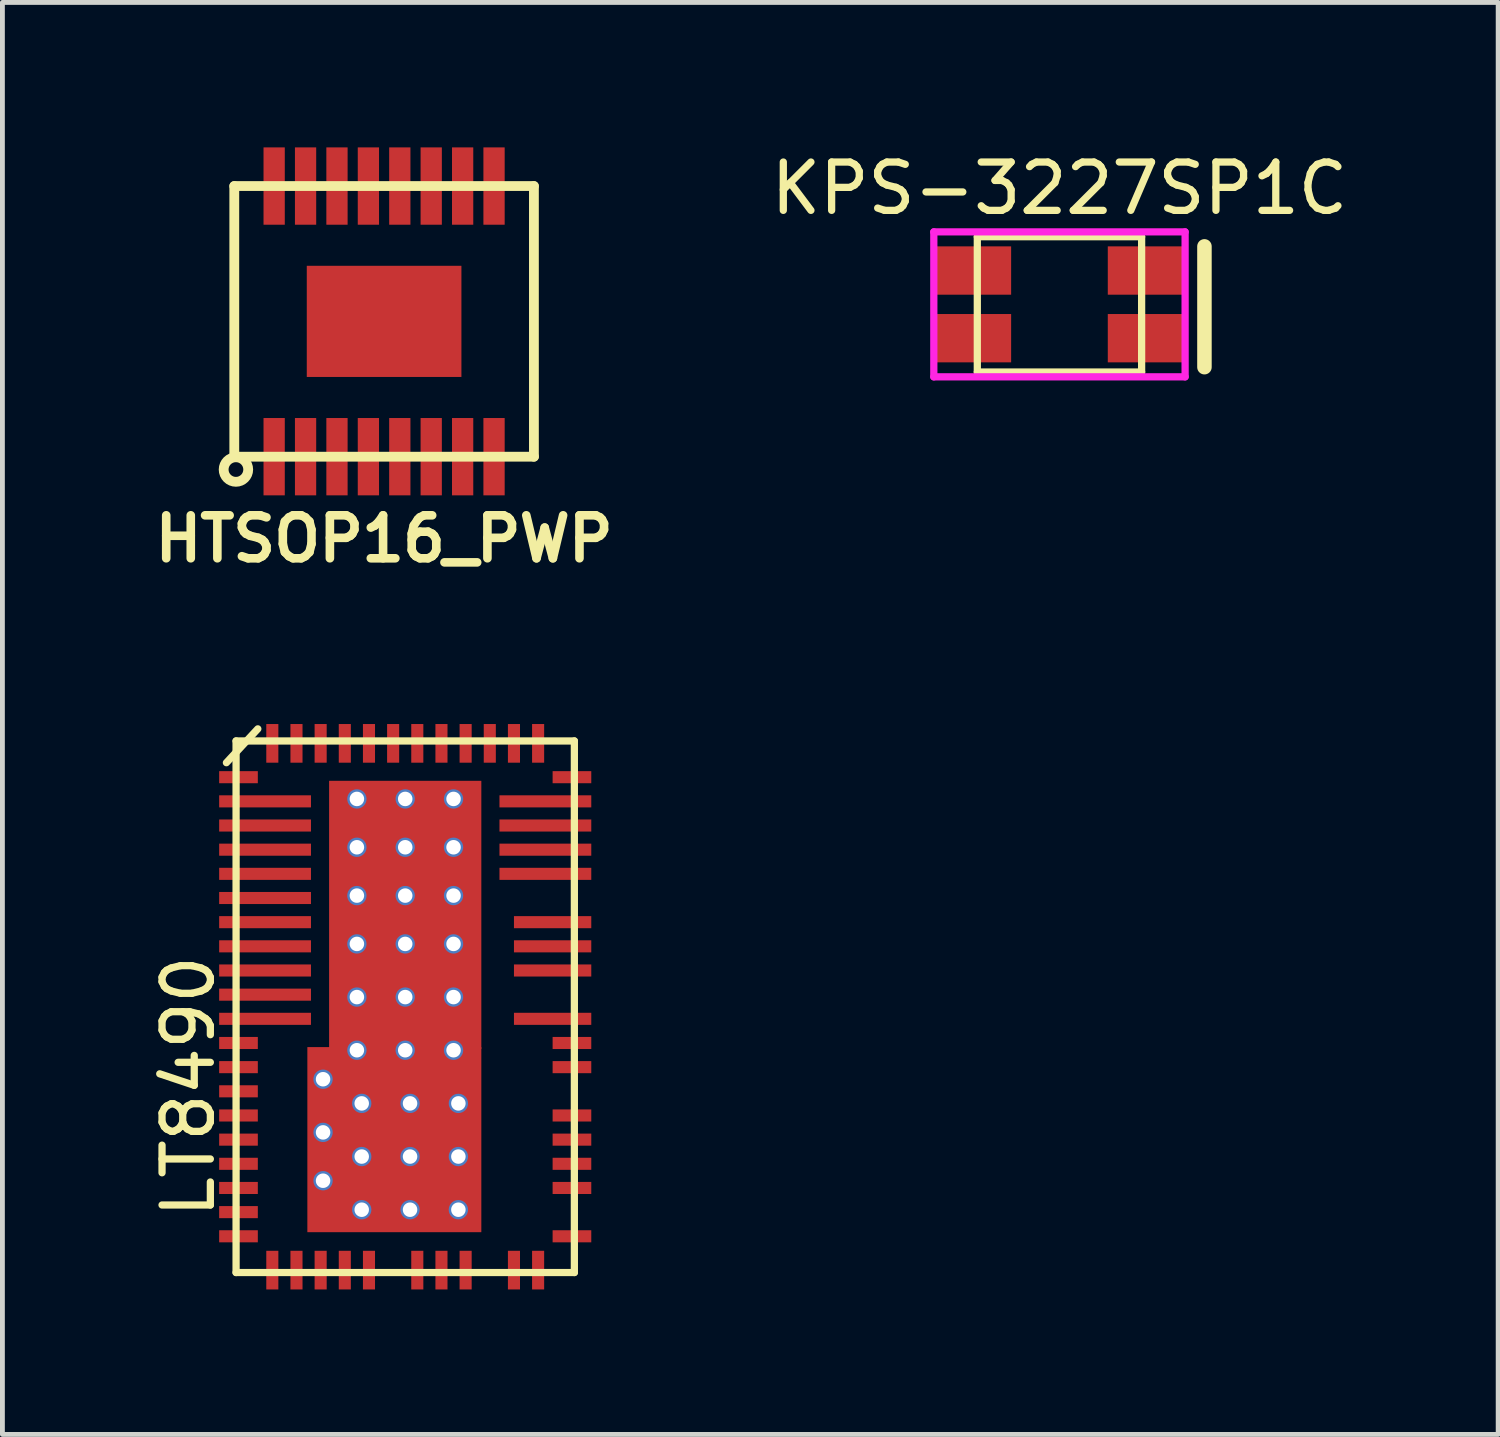
<source format=kicad_pcb>
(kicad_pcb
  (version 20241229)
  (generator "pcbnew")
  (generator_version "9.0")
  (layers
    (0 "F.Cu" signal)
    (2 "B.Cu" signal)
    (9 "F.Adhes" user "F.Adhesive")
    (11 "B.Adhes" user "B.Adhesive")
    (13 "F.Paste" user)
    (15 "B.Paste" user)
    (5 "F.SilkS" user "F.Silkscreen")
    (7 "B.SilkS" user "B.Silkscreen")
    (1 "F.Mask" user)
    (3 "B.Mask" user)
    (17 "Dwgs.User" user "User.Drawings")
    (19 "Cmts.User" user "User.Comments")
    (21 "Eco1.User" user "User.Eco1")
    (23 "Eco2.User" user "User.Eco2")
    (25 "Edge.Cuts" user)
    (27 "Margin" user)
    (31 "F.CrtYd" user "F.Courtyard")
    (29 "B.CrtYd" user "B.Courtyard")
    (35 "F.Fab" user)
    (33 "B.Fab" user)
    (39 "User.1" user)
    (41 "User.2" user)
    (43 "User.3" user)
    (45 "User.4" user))
  (footprint "HTSOP16_PWP"
    (layer "F.Cu")
    (at 4.898 3.6)
    (property "Reference" "HTSOP16_PWP" (at 0 4.5 0) (layer "F.SilkS") (effects (font (size 0.889 0.889) (thickness 0.178))))
    (attr smd)
    (fp_line (start -3.1 -2.8) (end 3.1 -2.8) (stroke (width 0.203) (type solid)) (layer "F.SilkS"))
    (fp_line (start -3.1 2.8) (end -3.1 -2.8) (stroke (width 0.203) (type solid)) (layer "F.SilkS"))
    (fp_line (start -3.1 2.8) (end 3.1 2.8) (stroke (width 0.203) (type solid)) (layer "F.SilkS"))
    (fp_line (start 3.1 -2.8) (end 3.1 2.8) (stroke (width 0.203) (type solid)) (layer "F.SilkS"))
    (fp_circle (center -3.066 3.066) (end -3.066 2.812) (stroke (width 0.203) (type solid)) (fill no) (layer "F.SilkS"))
    (pad "" smd circle (at -1.05 -0.6) (size 1 1) (layers "F.Paste"))
    (pad "" smd circle (at -1.05 0.6) (size 1 1) (layers "F.Paste"))
    (pad "" smd circle (at 0 0) (size 1 1) (layers "F.Paste"))
    (pad "" smd circle (at 1.05 -0.6) (size 1 1) (layers "F.Paste"))
    (pad "" smd circle (at 1.05 0.6) (size 1 1) (layers "F.Paste"))
    (pad "1" smd rect (at -2.275 2.8) (size 0.44 1.6) (layers "F.Cu" "F.Mask" "F.Paste"))
    (pad "2" smd rect (at -1.625 2.8) (size 0.44 1.6) (layers "F.Cu" "F.Mask" "F.Paste"))
    (pad "3" smd rect (at -0.975 2.8) (size 0.44 1.6) (layers "F.Cu" "F.Mask" "F.Paste"))
    (pad "4" smd rect (at -0.325 2.8) (size 0.44 1.6) (layers "F.Cu" "F.Mask" "F.Paste"))
    (pad "5" smd rect (at 0.325 2.8) (size 0.44 1.6) (layers "F.Cu" "F.Mask" "F.Paste"))
    (pad "6" smd rect (at 0.975 2.8) (size 0.44 1.6) (layers "F.Cu" "F.Mask" "F.Paste"))
    (pad "7" smd rect (at 1.625 2.8) (size 0.44 1.6) (layers "F.Cu" "F.Mask" "F.Paste"))
    (pad "8" smd rect (at 2.275 2.8) (size 0.44 1.6) (layers "F.Cu" "F.Mask" "F.Paste"))
    (pad "9" smd rect (at 2.275 -2.8) (size 0.44 1.6) (layers "F.Cu" "F.Mask" "F.Paste"))
    (pad "10" smd rect (at 1.625 -2.8) (size 0.44 1.6) (layers "F.Cu" "F.Mask" "F.Paste"))
    (pad "11" smd rect (at 0.975 -2.8) (size 0.44 1.6) (layers "F.Cu" "F.Mask" "F.Paste"))
    (pad "12" smd rect (at 0.325 -2.8) (size 0.44 1.6) (layers "F.Cu" "F.Mask" "F.Paste"))
    (pad "13" smd rect (at -0.325 -2.8) (size 0.44 1.6) (layers "F.Cu" "F.Mask" "F.Paste"))
    (pad "14" smd rect (at -0.975 -2.8) (size 0.44 1.6) (layers "F.Cu" "F.Mask" "F.Paste"))
    (pad "15" smd rect (at -1.625 -2.8) (size 0.44 1.6) (layers "F.Cu" "F.Mask" "F.Paste"))
    (pad "16" smd rect (at -2.275 -2.8) (size 0.44 1.6) (layers "F.Cu" "F.Mask" "F.Paste"))
    (pad "17" smd rect (at 0 0) (size 3.2 2.3) (layers "F.Cu" "F.Mask")))
  (footprint "KPS-3227SP1C"
    (layer "F.Cu")
    (at 18.873 3.248)
    (property "Reference" "KPS-3227SP1C" (at 0 -2.4 0) (layer "F.SilkS") (effects (font (size 1 1) (thickness 0.15))))
    (attr through_hole)
    (fp_line (start -1.7 -1.4) (end 1.7 -1.4) (stroke (width 0.15) (type solid)) (layer "F.SilkS"))
    (fp_line (start -1.7 1.4) (end -1.7 -1.4) (stroke (width 0.15) (type solid)) (layer "F.SilkS"))
    (fp_line (start 1.7 -1.4) (end 1.7 1.4) (stroke (width 0.15) (type solid)) (layer "F.SilkS"))
    (fp_line (start 1.7 1.4) (end -1.7 1.4) (stroke (width 0.15) (type solid)) (layer "F.SilkS"))
    (fp_line (start 3 -1.2) (end 3 1.3) (stroke (width 0.3) (type solid)) (layer "F.SilkS"))
    (fp_line (start -2.6 -1.5) (end -2.6 1.5) (stroke (width 0.15) (type solid)) (layer "F.CrtYd"))
    (fp_line (start -2.6 1.5) (end 2.6 1.5) (stroke (width 0.15) (type solid)) (layer "F.CrtYd"))
    (fp_line (start 2.6 -1.5) (end -2.6 -1.5) (stroke (width 0.15) (type solid)) (layer "F.CrtYd"))
    (fp_line (start 2.6 1.5) (end 2.6 -1.5) (stroke (width 0.15) (type solid)) (layer "F.CrtYd"))
    (pad "C" smd rect (at 1.8 -0.7) (size 1.6 1) (layers "F.Cu" "F.Mask" "F.Paste"))
    (pad "E" smd rect (at -1.8 -0.7) (size 1.6 1) (layers "F.Cu" "F.Mask" "F.Paste"))
    (pad "E" smd rect (at -1.8 0.7) (size 1.6 1) (layers "F.Cu" "F.Mask" "F.Paste"))
    (pad "c" smd rect (at 1.8 0.7) (size 1.6 1) (layers "F.Cu" "F.Mask" "F.Paste")))
  (footprint "LT8490"
    (layer "F.Cu")
    (at 5.335 17.782)
    (property "Reference" "LT8490" (at -4.487 1.65 90) (layer "F.SilkS") (effects (font (size 1 1) (thickness 0.15))))
    (attr smd)
    (fp_line (start -3.7 -5.05) (end -3.05 -5.75) (stroke (width 0.15) (type solid)) (layer "F.SilkS"))
    (fp_line (start -3.5 -5.5) (end 3.5 -5.5) (stroke (width 0.15) (type solid)) (layer "F.SilkS"))
    (fp_line (start -3.5 5.5) (end -3.5 -5.5) (stroke (width 0.15) (type solid)) (layer "F.SilkS"))
    (fp_line (start 3.5 -5.5) (end 3.5 5.5) (stroke (width 0.15) (type solid)) (layer "F.SilkS"))
    (fp_line (start 3.5 5.5) (end -3.5 5.5) (stroke (width 0.15) (type solid)) (layer "F.SilkS"))
    (pad "" smd circle (at -1.55 4.25) (size 0.635 0.635) (layers "F.Paste"))
    (pad "" smd oval (at -0.85 3.65) (size 1.143 0.635) (layers "F.Paste"))
    (pad "" smd oval (at -0.8 1.45) (size 1.143 0.635) (layers "F.Paste"))
    (pad "" smd oval (at -0.8 2.55) (size 1.143 0.635) (layers "F.Paste"))
    (pad "" smd oval (at -0.56 -3.8) (size 0.9 0.762) (layers "F.Paste"))
    (pad "" smd oval (at -0.56 -2.8) (size 0.9 0.762) (layers "F.Paste"))
    (pad "" smd oval (at -0.56 -1.8) (size 0.9 0.762) (layers "F.Paste"))
    (pad "" smd oval (at -0.56 -0.74) (size 0.9 0.762) (layers "F.Paste"))
    (pad "" smd oval (at -0.56 0.34) (size 0.9 0.762) (layers "F.Paste"))
    (pad "" smd oval (at 0.56 -3.8) (size 0.9 0.762) (layers "F.Paste"))
    (pad "" smd oval (at 0.56 -2.8) (size 0.9 0.762) (layers "F.Paste"))
    (pad "" smd oval (at 0.56 -1.8) (size 0.9 0.762) (layers "F.Paste"))
    (pad "" smd oval (at 0.56 -0.74) (size 0.9 0.762) (layers "F.Paste"))
    (pad "" smd oval (at 0.56 0.34) (size 0.9 0.762) (layers "F.Paste"))
    (pad "" smd oval (at 0.6 3.65) (size 1.143 0.635) (layers "F.Paste"))
    (pad "" smd oval (at 0.65 1.45) (size 1.143 0.635) (layers "F.Paste"))
    (pad "" smd oval (at 0.65 2.55) (size 1.143 0.635) (layers "F.Paste"))
    (pad "1" smd rect (at -3.45 -4.75) (size 0.8 0.25) (layers "F.Cu" "F.Mask" "F.Paste"))
    (pad "2" smd rect (at -2.9 -4.25) (size 1.9 0.25) (layers "F.Cu" "F.Mask" "F.Paste"))
    (pad "3" smd rect (at -2.9 -3.75) (size 1.9 0.25) (layers "F.Cu" "F.Mask" "F.Paste"))
    (pad "4" smd rect (at -2.9 -3.25) (size 1.9 0.25) (layers "F.Cu" "F.Mask" "F.Paste"))
    (pad "5" smd rect (at -2.9 -2.75) (size 1.9 0.25) (layers "F.Cu" "F.Mask" "F.Paste"))
    (pad "6" smd rect (at -2.9 -2.25) (size 1.9 0.25) (layers "F.Cu" "F.Mask" "F.Paste"))
    (pad "7" smd rect (at -2.9 -1.75) (size 1.9 0.25) (layers "F.Cu" "F.Mask" "F.Paste"))
    (pad "8" smd rect (at -2.9 -1.25) (size 1.9 0.25) (layers "F.Cu" "F.Mask" "F.Paste"))
    (pad "9" smd rect (at -2.9 -0.75) (size 1.9 0.25) (layers "F.Cu" "F.Mask" "F.Paste"))
    (pad "10" smd rect (at -2.9 -0.25) (size 1.9 0.25) (layers "F.Cu" "F.Mask" "F.Paste"))
    (pad "11" smd rect (at -2.9 0.25) (size 1.9 0.25) (layers "F.Cu" "F.Mask" "F.Paste"))
    (pad "12" smd rect (at -3.45 0.75) (size 0.8 0.25) (layers "F.Cu" "F.Mask" "F.Paste"))
    (pad "13" smd rect (at -3.45 1.25) (size 0.8 0.25) (layers "F.Cu" "F.Mask" "F.Paste"))
    (pad "14" smd rect (at -3.45 1.75) (size 0.8 0.25) (layers "F.Cu" "F.Mask" "F.Paste"))
    (pad "15" smd rect (at -3.45 2.25) (size 0.8 0.25) (layers "F.Cu" "F.Mask" "F.Paste"))
    (pad "16" smd rect (at -3.45 2.75) (size 0.8 0.25) (layers "F.Cu" "F.Mask" "F.Paste"))
    (pad "17" smd rect (at -3.45 3.25) (size 0.8 0.25) (layers "F.Cu" "F.Mask" "F.Paste"))
    (pad "18" smd rect (at -3.45 3.75) (size 0.8 0.25) (layers "F.Cu" "F.Mask" "F.Paste"))
    (pad "19" smd rect (at -3.45 4.25) (size 0.8 0.25) (layers "F.Cu" "F.Mask" "F.Paste"))
    (pad "20" smd rect (at -3.45 4.75) (size 0.8 0.25) (layers "F.Cu" "F.Mask" "F.Paste"))
    (pad "21" smd rect (at -2.75 5.45 90) (size 0.8 0.25) (layers "F.Cu" "F.Mask" "F.Paste"))
    (pad "22" smd rect (at -2.25 5.45 90) (size 0.8 0.25) (layers "F.Cu" "F.Mask" "F.Paste"))
    (pad "23" smd rect (at -1.75 5.45 90) (size 0.8 0.25) (layers "F.Cu" "F.Mask" "F.Paste"))
    (pad "24" smd rect (at -1.25 5.45 90) (size 0.8 0.25) (layers "F.Cu" "F.Mask" "F.Paste"))
    (pad "25" smd rect (at -0.75 5.45 90) (size 0.8 0.25) (layers "F.Cu" "F.Mask" "F.Paste"))
    (pad "27" smd rect (at 0.25 5.45 90) (size 0.8 0.25) (layers "F.Cu" "F.Mask" "F.Paste"))
    (pad "28" smd rect (at 0.75 5.45 90) (size 0.8 0.25) (layers "F.Cu" "F.Mask" "F.Paste"))
    (pad "29" smd rect (at 1.25 5.45 90) (size 0.8 0.25) (layers "F.Cu" "F.Mask" "F.Paste"))
    (pad "31" smd rect (at 2.25 5.45 90) (size 0.8 0.25) (layers "F.Cu" "F.Mask" "F.Paste"))
    (pad "32" smd rect (at 2.75 5.45 90) (size 0.8 0.25) (layers "F.Cu" "F.Mask" "F.Paste"))
    (pad "33" smd rect (at 3.45 4.75) (size 0.8 0.25) (layers "F.Cu" "F.Mask" "F.Paste"))
    (pad "35" smd rect (at 3.45 3.75) (size 0.8 0.25) (layers "F.Cu" "F.Mask" "F.Paste"))
    (pad "36" smd rect (at 3.45 3.25) (size 0.8 0.25) (layers "F.Cu" "F.Mask" "F.Paste"))
    (pad "37" smd rect (at 3.45 2.75) (size 0.8 0.25) (layers "F.Cu" "F.Mask" "F.Paste"))
    (pad "38" smd rect (at 3.45 2.25) (size 0.8 0.25) (layers "F.Cu" "F.Mask" "F.Paste"))
    (pad "40" smd rect (at 3.45 1.25) (size 0.8 0.25) (layers "F.Cu" "F.Mask" "F.Paste"))
    (pad "41" smd rect (at 3.45 0.75) (size 0.8 0.25) (layers "F.Cu" "F.Mask" "F.Paste"))
    (pad "42" smd rect (at 3.05 0.25) (size 1.6 0.25) (layers "F.Cu" "F.Mask" "F.Paste"))
    (pad "44" smd rect (at 3.05 -0.75) (size 1.6 0.25) (layers "F.Cu" "F.Mask" "F.Paste"))
    (pad "45" smd rect (at 3.05 -1.25) (size 1.6 0.25) (layers "F.Cu" "F.Mask" "F.Paste"))
    (pad "46" smd rect (at 3.05 -1.75) (size 1.6 0.25) (layers "F.Cu" "F.Mask" "F.Paste"))
    (pad "48" smd rect (at 2.9 -2.75) (size 1.9 0.25) (layers "F.Cu" "F.Mask" "F.Paste"))
    (pad "49" smd rect (at 2.9 -3.25) (size 1.9 0.25) (layers "F.Cu" "F.Mask" "F.Paste"))
    (pad "50" smd rect (at 2.9 -3.75) (size 1.9 0.25) (layers "F.Cu" "F.Mask" "F.Paste"))
    (pad "51" smd rect (at 2.9 -4.25) (size 1.9 0.25) (layers "F.Cu" "F.Mask" "F.Paste"))
    (pad "52" smd rect (at 3.45 -4.75) (size 0.8 0.25) (layers "F.Cu" "F.Mask" "F.Paste"))
    (pad "53" smd rect (at 2.75 -5.45 90) (size 0.8 0.25) (layers "F.Cu" "F.Mask" "F.Paste"))
    (pad "54" smd rect (at 2.25 -5.45 90) (size 0.8 0.25) (layers "F.Cu" "F.Mask" "F.Paste"))
    (pad "55" smd rect (at 1.75 -5.45 90) (size 0.8 0.25) (layers "F.Cu" "F.Mask" "F.Paste"))
    (pad "56" smd rect (at 1.25 -5.45 90) (size 0.8 0.25) (layers "F.Cu" "F.Mask" "F.Paste"))
    (pad "57" smd rect (at 0.75 -5.45 90) (size 0.8 0.25) (layers "F.Cu" "F.Mask" "F.Paste"))
    (pad "58" smd rect (at 0.25 -5.45 90) (size 0.8 0.25) (layers "F.Cu" "F.Mask" "F.Paste"))
    (pad "59" smd rect (at -0.25 -5.45 90) (size 0.8 0.25) (layers "F.Cu" "F.Mask" "F.Paste"))
    (pad "60" smd rect (at -0.75 -5.45 90) (size 0.8 0.25) (layers "F.Cu" "F.Mask" "F.Paste"))
    (pad "61" smd rect (at -1.25 -5.45 90) (size 0.8 0.25) (layers "F.Cu" "F.Mask" "F.Paste"))
    (pad "62" smd rect (at -1.75 -5.45 90) (size 0.8 0.25) (layers "F.Cu" "F.Mask" "F.Paste"))
    (pad "63" smd rect (at -2.25 -5.45 90) (size 0.8 0.25) (layers "F.Cu" "F.Mask" "F.Paste"))
    (pad "64" smd rect (at -2.75 -5.45 90) (size 0.8 0.25) (layers "F.Cu" "F.Mask" "F.Paste"))
    (pad "65" thru_hole circle (at -1.7 1.5) (size 0.4 0.4) (drill 0.3) (layers "*.Cu"))
    (pad "65" thru_hole circle (at -1.7 2.6) (size 0.4 0.4) (drill 0.3) (layers "*.Cu"))
    (pad "65" thru_hole circle (at -1.7 3.6) (size 0.4 0.4) (drill 0.3) (layers "*.Cu"))
    (pad "65" thru_hole circle (at -1 -4.3) (size 0.4 0.4) (drill 0.3) (layers "*.Cu"))
    (pad "65" thru_hole circle (at -1 -3.3) (size 0.4 0.4) (drill 0.3) (layers "*.Cu"))
    (pad "65" thru_hole circle (at -1 -2.3) (size 0.4 0.4) (drill 0.3) (layers "*.Cu"))
    (pad "65" thru_hole circle (at -1 -1.3) (size 0.4 0.4) (drill 0.3) (layers "*.Cu"))
    (pad "65" thru_hole circle (at -1 -0.2) (size 0.4 0.4) (drill 0.3) (layers "*.Cu"))
    (pad "65" thru_hole circle (at -1 0.9) (size 0.4 0.4) (drill 0.3) (layers "*.Cu"))
    (pad "65" thru_hole circle (at -0.9 2) (size 0.4 0.4) (drill 0.3) (layers "*.Cu"))
    (pad "65" thru_hole circle (at -0.9 3.1) (size 0.4 0.4) (drill 0.3) (layers "*.Cu"))
    (pad "65" thru_hole circle (at -0.9 4.2) (size 0.4 0.4) (drill 0.3) (layers "*.Cu"))
    (pad "65" smd rect (at -0.225 2.75) (size 3.6 3.83) (layers "F.Cu" "F.Mask"))
    (pad "65" thru_hole circle (at 0 -4.3) (size 0.4 0.4) (drill 0.3) (layers "*.Cu"))
    (pad "65" thru_hole circle (at 0 -3.3) (size 0.4 0.4) (drill 0.3) (layers "*.Cu"))
    (pad "65" thru_hole circle (at 0 -2.3) (size 0.4 0.4) (drill 0.3) (layers "*.Cu"))
    (pad "65" smd rect (at 0 -1.9) (size 3.15 5.55) (layers "F.Cu" "F.Mask"))
    (pad "65" thru_hole circle (at 0 -1.3) (size 0.4 0.4) (drill 0.3) (layers "*.Cu"))
    (pad "65" thru_hole circle (at 0 -0.2) (size 0.4 0.4) (drill 0.3) (layers "*.Cu"))
    (pad "65" thru_hole circle (at 0 0.9) (size 0.4 0.4) (drill 0.3) (layers "*.Cu"))
    (pad "65" thru_hole circle (at 0.1 2) (size 0.4 0.4) (drill 0.3) (layers "*.Cu"))
    (pad "65" thru_hole circle (at 0.1 3.1) (size 0.4 0.4) (drill 0.3) (layers "*.Cu"))
    (pad "65" thru_hole circle (at 0.1 4.2) (size 0.4 0.4) (drill 0.3) (layers "*.Cu"))
    (pad "65" thru_hole circle (at 1 -4.3) (size 0.4 0.4) (drill 0.3) (layers "*.Cu"))
    (pad "65" thru_hole circle (at 1 -3.3) (size 0.4 0.4) (drill 0.3) (layers "*.Cu"))
    (pad "65" thru_hole circle (at 1 -2.3) (size 0.4 0.4) (drill 0.3) (layers "*.Cu"))
    (pad "65" thru_hole circle (at 1 -1.3) (size 0.4 0.4) (drill 0.3) (layers "*.Cu"))
    (pad "65" thru_hole circle (at 1 -0.2) (size 0.4 0.4) (drill 0.3) (layers "*.Cu"))
    (pad "65" thru_hole circle (at 1 0.9) (size 0.4 0.4) (drill 0.3) (layers "*.Cu"))
    (pad "65" thru_hole circle (at 1.1 2) (size 0.4 0.4) (drill 0.3) (layers "*.Cu"))
    (pad "65" thru_hole circle (at 1.1 3.1) (size 0.4 0.4) (drill 0.3) (layers "*.Cu"))
    (pad "65" thru_hole circle (at 1.1 4.2) (size 0.4 0.4) (drill 0.3) (layers "*.Cu")))
  (gr_rect
    (start -3 -3)
    (end 27.951 26.632)
    (stroke (width 0.1) (type default))
    (fill no)
    (layer "Edge.Cuts")))
</source>
